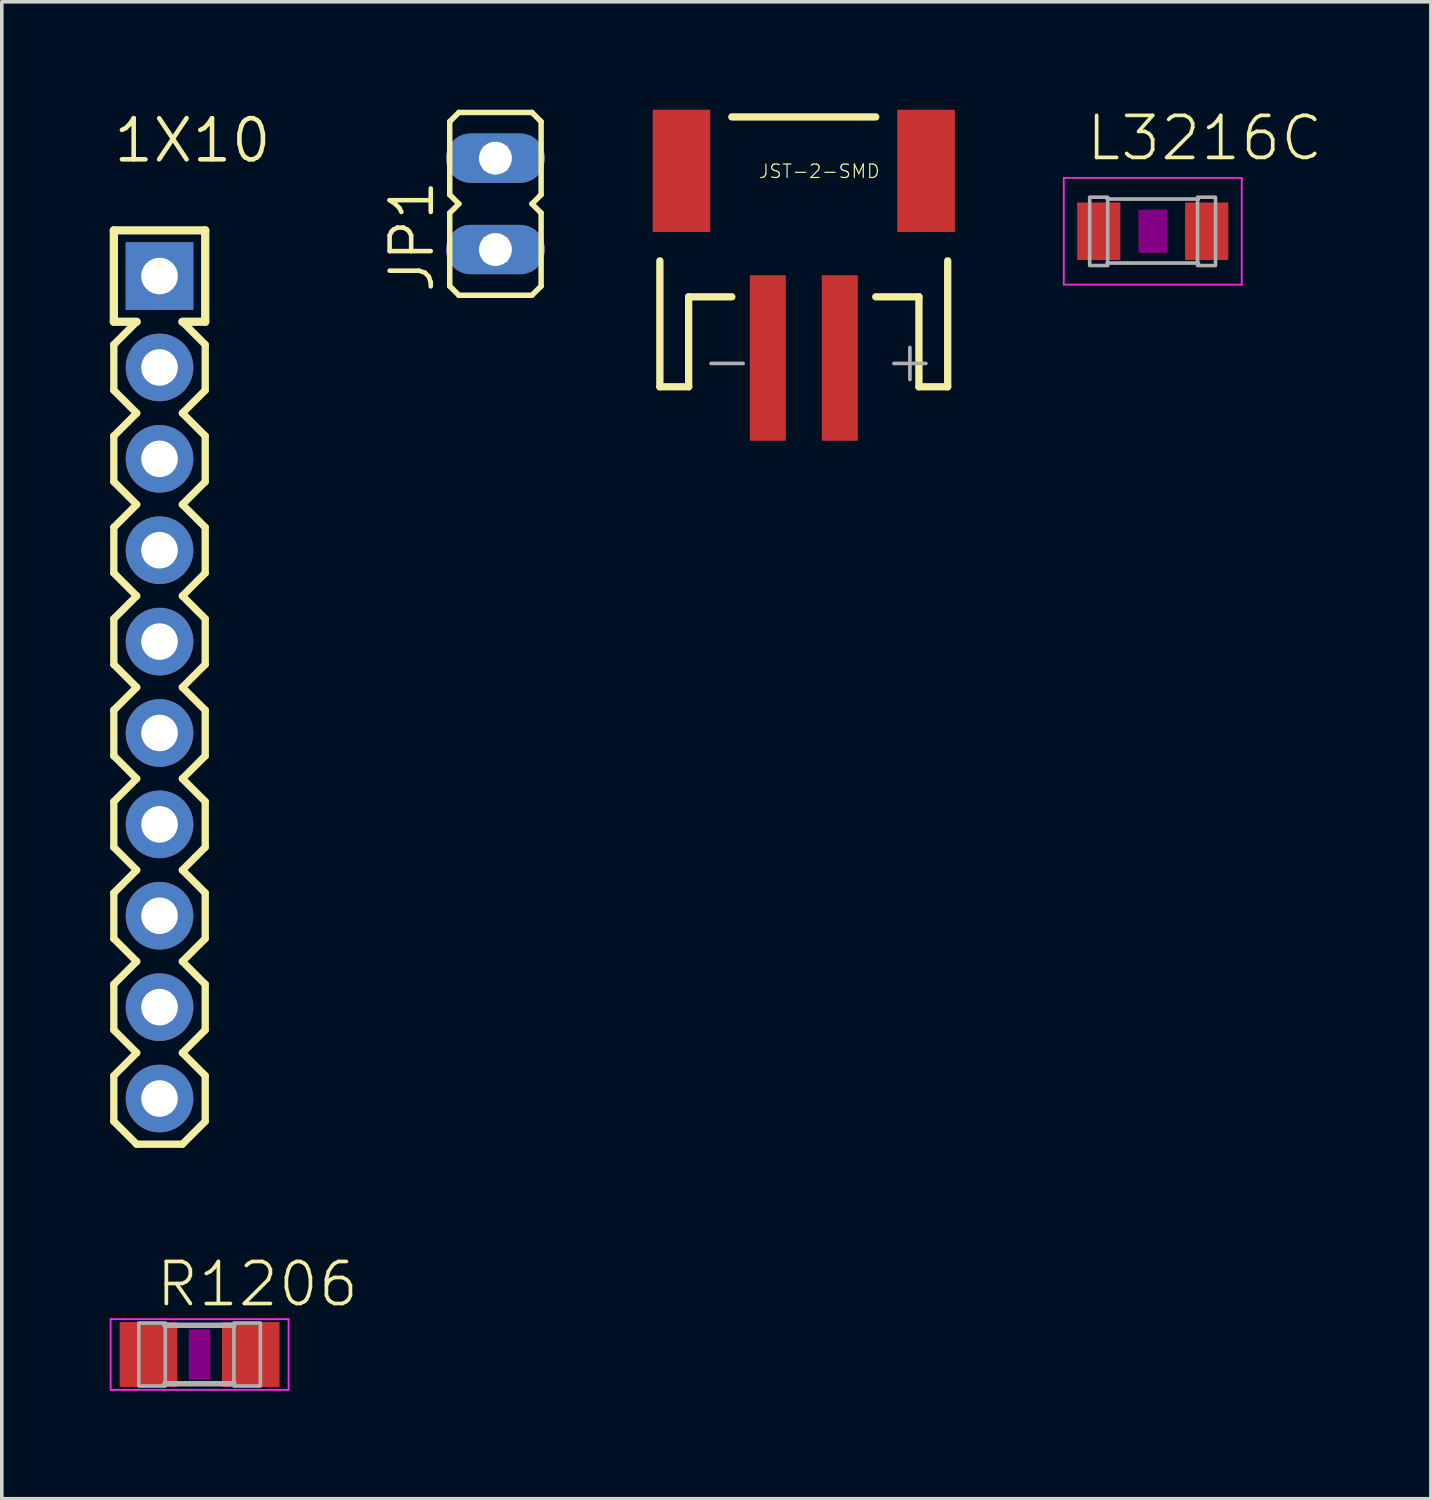
<source format=kicad_pcb>
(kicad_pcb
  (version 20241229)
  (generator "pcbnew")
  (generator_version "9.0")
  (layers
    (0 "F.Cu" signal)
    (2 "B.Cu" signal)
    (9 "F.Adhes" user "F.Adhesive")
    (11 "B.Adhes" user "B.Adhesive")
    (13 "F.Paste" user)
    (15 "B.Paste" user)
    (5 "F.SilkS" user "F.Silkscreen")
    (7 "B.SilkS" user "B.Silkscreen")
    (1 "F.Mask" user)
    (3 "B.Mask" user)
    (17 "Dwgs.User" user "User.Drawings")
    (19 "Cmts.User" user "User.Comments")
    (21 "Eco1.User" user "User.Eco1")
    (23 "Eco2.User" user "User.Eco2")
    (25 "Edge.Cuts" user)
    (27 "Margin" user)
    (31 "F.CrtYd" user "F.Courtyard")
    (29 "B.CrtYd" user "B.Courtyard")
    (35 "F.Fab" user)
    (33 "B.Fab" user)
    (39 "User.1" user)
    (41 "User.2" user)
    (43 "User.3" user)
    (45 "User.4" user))
  (footprint "1X10"
    (layer "F.Cu")
    (at 1.384 14.783)
    (property "Reference" "1X10" (at -1.346 -13.259 0) (unlocked yes) (layer "F.SilkS") (effects (font (size 1.143 1.143) (thickness 0.127)) (justify left bottom)))
    (fp_line (start -1.27 -11.43) (end 1.27 -11.43) (stroke (width 0.229) (type solid)) (layer "F.SilkS"))
    (fp_line (start -1.27 -8.89) (end -1.27 -11.43) (stroke (width 0.229) (type solid)) (layer "F.SilkS"))
    (fp_line (start -1.27 -8.255) (end -0.635 -8.89) (stroke (width 0.203) (type solid)) (layer "F.SilkS"))
    (fp_line (start -1.27 -6.985) (end -1.27 -8.255) (stroke (width 0.203) (type solid)) (layer "F.SilkS"))
    (fp_line (start -1.27 -5.715) (end -0.635 -6.35) (stroke (width 0.203) (type solid)) (layer "F.SilkS"))
    (fp_line (start -1.27 -4.445) (end -1.27 -5.715) (stroke (width 0.203) (type solid)) (layer "F.SilkS"))
    (fp_line (start -1.27 -1.905) (end -1.27 -3.175) (stroke (width 0.203) (type solid)) (layer "F.SilkS"))
    (fp_line (start -1.27 -0.635) (end -0.635 -1.27) (stroke (width 0.203) (type solid)) (layer "F.SilkS"))
    (fp_line (start -1.27 0.635) (end -1.27 -0.635) (stroke (width 0.203) (type solid)) (layer "F.SilkS"))
    (fp_line (start -1.27 1.905) (end -0.635 1.27) (stroke (width 0.203) (type solid)) (layer "F.SilkS"))
    (fp_line (start -1.27 3.175) (end -1.27 1.905) (stroke (width 0.203) (type solid)) (layer "F.SilkS"))
    (fp_line (start -1.27 5.715) (end -1.27 4.445) (stroke (width 0.203) (type solid)) (layer "F.SilkS"))
    (fp_line (start -1.27 8.255) (end -1.27 6.985) (stroke (width 0.203) (type solid)) (layer "F.SilkS"))
    (fp_line (start -1.27 10.795) (end -1.27 9.525) (stroke (width 0.203) (type solid)) (layer "F.SilkS"))
    (fp_line (start -1.27 13.335) (end -1.27 12.065) (stroke (width 0.203) (type solid)) (layer "F.SilkS"))
    (fp_line (start -0.635 -8.89) (end -1.27 -8.89) (stroke (width 0.229) (type solid)) (layer "F.SilkS"))
    (fp_line (start -0.635 -6.35) (end -1.27 -6.985) (stroke (width 0.203) (type solid)) (layer "F.SilkS"))
    (fp_line (start -0.635 -3.81) (end -1.27 -4.445) (stroke (width 0.203) (type solid)) (layer "F.SilkS"))
    (fp_line (start -0.635 -3.81) (end -1.27 -3.175) (stroke (width 0.203) (type solid)) (layer "F.SilkS"))
    (fp_line (start -0.635 -1.27) (end -1.27 -1.905) (stroke (width 0.203) (type solid)) (layer "F.SilkS"))
    (fp_line (start -0.635 1.27) (end -1.27 0.635) (stroke (width 0.203) (type solid)) (layer "F.SilkS"))
    (fp_line (start -0.635 3.81) (end -1.27 3.175) (stroke (width 0.203) (type solid)) (layer "F.SilkS"))
    (fp_line (start -0.635 3.81) (end -1.27 4.445) (stroke (width 0.203) (type solid)) (layer "F.SilkS"))
    (fp_line (start -0.635 6.35) (end -1.27 5.715) (stroke (width 0.203) (type solid)) (layer "F.SilkS"))
    (fp_line (start -0.635 6.35) (end -1.27 6.985) (stroke (width 0.203) (type solid)) (layer "F.SilkS"))
    (fp_line (start -0.635 8.89) (end -1.27 8.255) (stroke (width 0.203) (type solid)) (layer "F.SilkS"))
    (fp_line (start -0.635 8.89) (end -1.27 9.525) (stroke (width 0.203) (type solid)) (layer "F.SilkS"))
    (fp_line (start -0.635 11.43) (end -1.27 10.795) (stroke (width 0.203) (type solid)) (layer "F.SilkS"))
    (fp_line (start -0.635 11.43) (end -1.27 12.065) (stroke (width 0.203) (type solid)) (layer "F.SilkS"))
    (fp_line (start -0.635 13.97) (end -1.27 13.335) (stroke (width 0.203) (type solid)) (layer "F.SilkS"))
    (fp_line (start 0.635 -8.89) (end 1.27 -8.255) (stroke (width 0.203) (type solid)) (layer "F.SilkS"))
    (fp_line (start 0.635 -6.35) (end 1.27 -5.715) (stroke (width 0.203) (type solid)) (layer "F.SilkS"))
    (fp_line (start 0.635 -1.27) (end 1.27 -0.635) (stroke (width 0.203) (type solid)) (layer "F.SilkS"))
    (fp_line (start 0.635 1.27) (end 1.27 1.905) (stroke (width 0.203) (type solid)) (layer "F.SilkS"))
    (fp_line (start 0.635 13.97) (end -0.635 13.97) (stroke (width 0.203) (type solid)) (layer "F.SilkS"))
    (fp_line (start 1.27 -11.43) (end 1.27 -8.89) (stroke (width 0.229) (type solid)) (layer "F.SilkS"))
    (fp_line (start 1.27 -8.89) (end 0.635 -8.89) (stroke (width 0.229) (type solid)) (layer "F.SilkS"))
    (fp_line (start 1.27 -8.255) (end 1.27 -6.985) (stroke (width 0.203) (type solid)) (layer "F.SilkS"))
    (fp_line (start 1.27 -6.985) (end 0.635 -6.35) (stroke (width 0.203) (type solid)) (layer "F.SilkS"))
    (fp_line (start 1.27 -5.715) (end 1.27 -4.445) (stroke (width 0.203) (type solid)) (layer "F.SilkS"))
    (fp_line (start 1.27 -4.445) (end 0.635 -3.81) (stroke (width 0.203) (type solid)) (layer "F.SilkS"))
    (fp_line (start 1.27 -3.175) (end 0.635 -3.81) (stroke (width 0.203) (type solid)) (layer "F.SilkS"))
    (fp_line (start 1.27 -3.175) (end 1.27 -1.905) (stroke (width 0.203) (type solid)) (layer "F.SilkS"))
    (fp_line (start 1.27 -1.905) (end 0.635 -1.27) (stroke (width 0.203) (type solid)) (layer "F.SilkS"))
    (fp_line (start 1.27 -0.635) (end 1.27 0.635) (stroke (width 0.203) (type solid)) (layer "F.SilkS"))
    (fp_line (start 1.27 0.635) (end 0.635 1.27) (stroke (width 0.203) (type solid)) (layer "F.SilkS"))
    (fp_line (start 1.27 1.905) (end 1.27 3.175) (stroke (width 0.203) (type solid)) (layer "F.SilkS"))
    (fp_line (start 1.27 3.175) (end 0.635 3.81) (stroke (width 0.203) (type solid)) (layer "F.SilkS"))
    (fp_line (start 1.27 4.445) (end 0.635 3.81) (stroke (width 0.203) (type solid)) (layer "F.SilkS"))
    (fp_line (start 1.27 4.445) (end 1.27 5.715) (stroke (width 0.203) (type solid)) (layer "F.SilkS"))
    (fp_line (start 1.27 5.715) (end 0.635 6.35) (stroke (width 0.203) (type solid)) (layer "F.SilkS"))
    (fp_line (start 1.27 6.985) (end 0.635 6.35) (stroke (width 0.203) (type solid)) (layer "F.SilkS"))
    (fp_line (start 1.27 6.985) (end 1.27 8.255) (stroke (width 0.203) (type solid)) (layer "F.SilkS"))
    (fp_line (start 1.27 8.255) (end 0.635 8.89) (stroke (width 0.203) (type solid)) (layer "F.SilkS"))
    (fp_line (start 1.27 9.525) (end 0.635 8.89) (stroke (width 0.203) (type solid)) (layer "F.SilkS"))
    (fp_line (start 1.27 9.525) (end 1.27 10.795) (stroke (width 0.203) (type solid)) (layer "F.SilkS"))
    (fp_line (start 1.27 10.795) (end 0.635 11.43) (stroke (width 0.203) (type solid)) (layer "F.SilkS"))
    (fp_line (start 1.27 12.065) (end 0.635 11.43) (stroke (width 0.203) (type solid)) (layer "F.SilkS"))
    (fp_line (start 1.27 12.065) (end 1.27 13.335) (stroke (width 0.203) (type solid)) (layer "F.SilkS"))
    (fp_line (start 1.27 13.335) (end 0.635 13.97) (stroke (width 0.203) (type solid)) (layer "F.SilkS"))
    (fp_poly (pts (xy -0.254 -10.414) (xy -0.254 -9.906) (xy 0.254 -9.906) (xy 0.254 -10.414)) (stroke (width 0.1) (type default)) (fill no) (layer "F.Fab"))
    (fp_poly (pts (xy -0.254 -7.874) (xy -0.254 -7.366) (xy 0.254 -7.366) (xy 0.254 -7.874)) (stroke (width 0.1) (type default)) (fill no) (layer "F.Fab"))
    (fp_poly (pts (xy -0.254 -5.334) (xy -0.254 -4.826) (xy 0.254 -4.826) (xy 0.254 -5.334)) (stroke (width 0.1) (type default)) (fill no) (layer "F.Fab"))
    (fp_poly (pts (xy -0.254 -2.794) (xy -0.254 -2.286) (xy 0.254 -2.286) (xy 0.254 -2.794)) (stroke (width 0.1) (type default)) (fill no) (layer "F.Fab"))
    (fp_poly (pts (xy -0.254 -0.254) (xy -0.254 0.254) (xy 0.254 0.254) (xy 0.254 -0.254)) (stroke (width 0.1) (type default)) (fill no) (layer "F.Fab"))
    (fp_poly (pts (xy -0.254 2.286) (xy -0.254 2.794) (xy 0.254 2.794) (xy 0.254 2.286)) (stroke (width 0.1) (type default)) (fill no) (layer "F.Fab"))
    (fp_poly (pts (xy -0.254 4.826) (xy -0.254 5.334) (xy 0.254 5.334) (xy 0.254 4.826)) (stroke (width 0.1) (type default)) (fill no) (layer "F.Fab"))
    (fp_poly (pts (xy -0.254 7.366) (xy -0.254 7.874) (xy 0.254 7.874) (xy 0.254 7.366)) (stroke (width 0.1) (type default)) (fill no) (layer "F.Fab"))
    (fp_poly (pts (xy -0.254 9.906) (xy -0.254 10.414) (xy 0.254 10.414) (xy 0.254 9.906)) (stroke (width 0.1) (type default)) (fill no) (layer "F.Fab"))
    (fp_poly (pts (xy -0.254 12.446) (xy -0.254 12.954) (xy 0.254 12.954) (xy 0.254 12.446)) (stroke (width 0.1) (type default)) (fill no) (layer "F.Fab"))
    (pad "1" thru_hole rect (at 0 -10.16) (size 1.88 1.88) (drill 1.016) (layers "*.Cu" "*.Mask"))
    (pad "2" thru_hole circle (at 0 -7.62) (size 1.88 1.88) (drill 1.016) (layers "*.Cu" "*.Mask"))
    (pad "3" thru_hole circle (at 0 -5.08) (size 1.88 1.88) (drill 1.016) (layers "*.Cu" "*.Mask"))
    (pad "4" thru_hole circle (at 0 -2.54) (size 1.88 1.88) (drill 1.016) (layers "*.Cu" "*.Mask"))
    (pad "5" thru_hole circle (at 0 0) (size 1.88 1.88) (drill 1.016) (layers "*.Cu" "*.Mask"))
    (pad "6" thru_hole circle (at 0 2.54) (size 1.88 1.88) (drill 1.016) (layers "*.Cu" "*.Mask"))
    (pad "7" thru_hole circle (at 0 5.08) (size 1.88 1.88) (drill 1.016) (layers "*.Cu" "*.Mask"))
    (pad "8" thru_hole circle (at 0 7.62) (size 1.88 1.88) (drill 1.016) (layers "*.Cu" "*.Mask"))
    (pad "9" thru_hole circle (at 0 10.16) (size 1.88 1.88) (drill 1.016) (layers "*.Cu" "*.Mask"))
    (pad "10" thru_hole circle (at 0 12.7) (size 1.88 1.88) (drill 1.016) (layers "*.Cu" "*.Mask")))
  (footprint "JP1"
    (layer "F.Cu")
    (at 10.72 2.616)
    (property "Reference" "JP1" (at -1.651 2.54 90) (unlocked yes) (layer "F.SilkS") (effects (font (size 1.143 1.143) (thickness 0.127)) (justify left bottom)))
    (fp_line (start -1.27 -2.286) (end -1.27 -0.254) (stroke (width 0.152) (type solid)) (layer "F.SilkS"))
    (fp_line (start -1.27 -2.286) (end -1.016 -2.54) (stroke (width 0.152) (type solid)) (layer "F.SilkS"))
    (fp_line (start -1.27 0.254) (end -1.27 2.286) (stroke (width 0.152) (type solid)) (layer "F.SilkS"))
    (fp_line (start -1.016 0) (end -1.27 -0.254) (stroke (width 0.152) (type solid)) (layer "F.SilkS"))
    (fp_line (start -1.016 0) (end -1.27 0.254) (stroke (width 0.152) (type solid)) (layer "F.SilkS"))
    (fp_line (start -1.016 2.54) (end -1.27 2.286) (stroke (width 0.152) (type solid)) (layer "F.SilkS"))
    (fp_line (start -1.016 2.54) (end 1.016 2.54) (stroke (width 0.152) (type solid)) (layer "F.SilkS"))
    (fp_line (start 1.016 -2.54) (end -1.016 -2.54) (stroke (width 0.152) (type solid)) (layer "F.SilkS"))
    (fp_line (start 1.016 0) (end 1.27 -0.254) (stroke (width 0.152) (type solid)) (layer "F.SilkS"))
    (fp_line (start 1.016 0) (end 1.27 0.254) (stroke (width 0.152) (type solid)) (layer "F.SilkS"))
    (fp_line (start 1.016 2.54) (end 1.27 2.286) (stroke (width 0.152) (type solid)) (layer "F.SilkS"))
    (fp_line (start 1.27 -2.286) (end 1.016 -2.54) (stroke (width 0.152) (type solid)) (layer "F.SilkS"))
    (fp_line (start 1.27 -2.286) (end 1.27 -0.254) (stroke (width 0.152) (type solid)) (layer "F.SilkS"))
    (fp_line (start 1.27 0.254) (end 1.27 2.286) (stroke (width 0.152) (type solid)) (layer "F.SilkS"))
    (fp_poly (pts (xy -0.305 -0.965) (xy 0.305 -0.965) (xy 0.305 -1.575) (xy -0.305 -1.575)) (stroke (width 0.1) (type default)) (fill no) (layer "F.Fab"))
    (fp_poly (pts (xy -0.305 1.575) (xy 0.305 1.575) (xy 0.305 0.965) (xy -0.305 0.965)) (stroke (width 0.1) (type default)) (fill no) (layer "F.Fab"))
    (pad "1" thru_hole oval (at 0 1.27) (size 2.743 1.372) (drill 0.914) (layers "*.Cu" "*.Mask"))
    (pad "2" thru_hole oval (at 0 -1.27) (size 2.743 1.372) (drill 0.914) (layers "*.Cu" "*.Mask")))
  (footprint "JST-2-SMD"
    (layer "F.Cu")
    (at 19.291 3.2)
    (property "Reference" "JST-2-SMD" (at -1.27 -1.27 0) (unlocked yes) (layer "F.SilkS") (effects (font (size 0.374 0.374) (thickness 0.033)) (justify left bottom)))
    (fp_line (start -4 1) (end -4 4.5) (stroke (width 0.203) (type solid)) (layer "F.SilkS"))
    (fp_line (start -4 4.5) (end -3.2 4.5) (stroke (width 0.203) (type solid)) (layer "F.SilkS"))
    (fp_line (start -3.2 2) (end -2 2) (stroke (width 0.203) (type solid)) (layer "F.SilkS"))
    (fp_line (start -3.2 4.5) (end -3.2 2) (stroke (width 0.203) (type solid)) (layer "F.SilkS"))
    (fp_line (start 2 -3) (end -2 -3) (stroke (width 0.203) (type solid)) (layer "F.SilkS"))
    (fp_line (start 2 2) (end 3.2 2) (stroke (width 0.203) (type solid)) (layer "F.SilkS"))
    (fp_line (start 3.2 2) (end 3.2 4.5) (stroke (width 0.203) (type solid)) (layer "F.SilkS"))
    (fp_line (start 3.2 4.5) (end 4 4.5) (stroke (width 0.203) (type solid)) (layer "F.SilkS"))
    (fp_line (start 4 4.5) (end 4 1) (stroke (width 0.203) (type solid)) (layer "F.SilkS"))
    (fp_text user "+" (at 2.159 4.445 0) (unlocked yes) (layer "F.Fab") (effects (font (size 1.168 1.168) (thickness 0.102)) (justify left bottom)))
    (fp_text user "-" (at -2.921 4.445 0) (unlocked yes) (layer "F.Fab") (effects (font (size 1.168 1.168) (thickness 0.102)) (justify left bottom)))
    (pad "1" smd rect (at -1 3.7) (size 1 4.6) (layers "F.Cu" "F.Mask" "F.Paste"))
    (pad "2" smd rect (at 1 3.7) (size 1 4.6) (layers "F.Cu" "F.Mask" "F.Paste"))
    (pad "NC1" smd rect (at -3.4 -1.5 90) (size 3.4 1.6) (layers "F.Cu" "F.Mask" "F.Paste"))
    (pad "NC2" smd rect (at 3.4 -1.5 90) (size 3.4 1.6) (layers "F.Cu" "F.Mask" "F.Paste")))
  (footprint "R1206"
    (layer "F.Cu")
    (at 2.498 34.598)
    (property "Reference" "R1206" (at -1.27 -1.27 0) (unlocked yes) (layer "F.SilkS") (effects (font (size 1.168 1.168) (thickness 0.102)) (justify left bottom)))
    (fp_poly (pts (xy -0.3 0.7) (xy 0.3 0.7) (xy 0.3 -0.7) (xy -0.3 -0.7)) (stroke (width 0) (type default)) (fill yes) (layer "F.Adhes"))
    (fp_line (start -2.473 -0.983) (end 2.473 -0.983) (stroke (width 0.051) (type solid)) (layer "F.CrtYd"))
    (fp_line (start -2.473 0.983) (end -2.473 -0.983) (stroke (width 0.051) (type solid)) (layer "F.CrtYd"))
    (fp_line (start 2.473 -0.983) (end 2.473 0.983) (stroke (width 0.051) (type solid)) (layer "F.CrtYd"))
    (fp_line (start 2.473 0.983) (end -2.473 0.983) (stroke (width 0.051) (type solid)) (layer "F.CrtYd"))
    (fp_line (start 0.953 -0.813) (end -0.965 -0.813) (stroke (width 0.152) (type solid)) (layer "F.Fab"))
    (fp_line (start 0.953 0.813) (end -0.965 0.813) (stroke (width 0.152) (type solid)) (layer "F.Fab"))
    (fp_poly (pts (xy -1.689 0.876) (xy -0.953 0.876) (xy -0.953 -0.876) (xy -1.689 -0.876)) (stroke (width 0.1) (type default)) (fill no) (layer "F.Fab"))
    (fp_poly (pts (xy 0.953 0.876) (xy 1.689 0.876) (xy 1.689 -0.876) (xy 0.953 -0.876)) (stroke (width 0.1) (type default)) (fill no) (layer "F.Fab"))
    (pad "1" smd rect (at -1.422 0) (size 1.6 1.803) (layers "F.Cu" "F.Mask" "F.Paste"))
    (pad "2" smd rect (at 1.422 0) (size 1.6 1.803) (layers "F.Cu" "F.Mask" "F.Paste")))
  (footprint "L3216C"
    (layer "F.Cu")
    (at 28.99 3.378)
    (property "Reference" "L3216C" (at -1.905 -1.905 0) (unlocked yes) (layer "F.SilkS") (effects (font (size 1.168 1.168) (thickness 0.102)) (justify left bottom)))
    (fp_poly (pts (xy -0.4 0.6) (xy 0.4 0.6) (xy 0.4 -0.6) (xy -0.4 -0.6)) (stroke (width 0) (type default)) (fill yes) (layer "F.Adhes"))
    (fp_line (start -2.473 -1.483) (end 2.473 -1.483) (stroke (width 0.051) (type solid)) (layer "F.CrtYd"))
    (fp_line (start -2.473 1.483) (end -2.473 -1.483) (stroke (width 0.051) (type solid)) (layer "F.CrtYd"))
    (fp_line (start 2.473 -1.483) (end 2.473 1.483) (stroke (width 0.051) (type solid)) (layer "F.CrtYd"))
    (fp_line (start 2.473 1.483) (end -2.473 1.483) (stroke (width 0.051) (type solid)) (layer "F.CrtYd"))
    (fp_line (start -1.27 -0.896) (end 1.27 -0.896) (stroke (width 0.102) (type solid)) (layer "F.Fab"))
    (fp_line (start -1.27 0.883) (end 1.27 0.883) (stroke (width 0.102) (type solid)) (layer "F.Fab"))
    (fp_poly (pts (xy -1.753 0.953) (xy -1.252 0.953) (xy -1.252 -0.947) (xy -1.753 -0.947)) (stroke (width 0.1) (type default)) (fill no) (layer "F.Fab"))
    (fp_poly (pts (xy 1.245 0.953) (xy 1.745 0.953) (xy 1.745 -0.947) (xy 1.245 -0.947)) (stroke (width 0.1) (type default)) (fill no) (layer "F.Fab"))
    (pad "1" smd rect (at -1.5 0) (size 1.2 1.6) (layers "F.Cu" "F.Mask" "F.Paste"))
    (pad "2" smd rect (at 1.5 0) (size 1.2 1.6) (layers "F.Cu" "F.Mask" "F.Paste")))
  (gr_rect
    (start -3 -3)
    (end 36.721 38.606)
    (stroke (width 0.1) (type default))
    (fill no)
    (layer "Edge.Cuts")))
</source>
